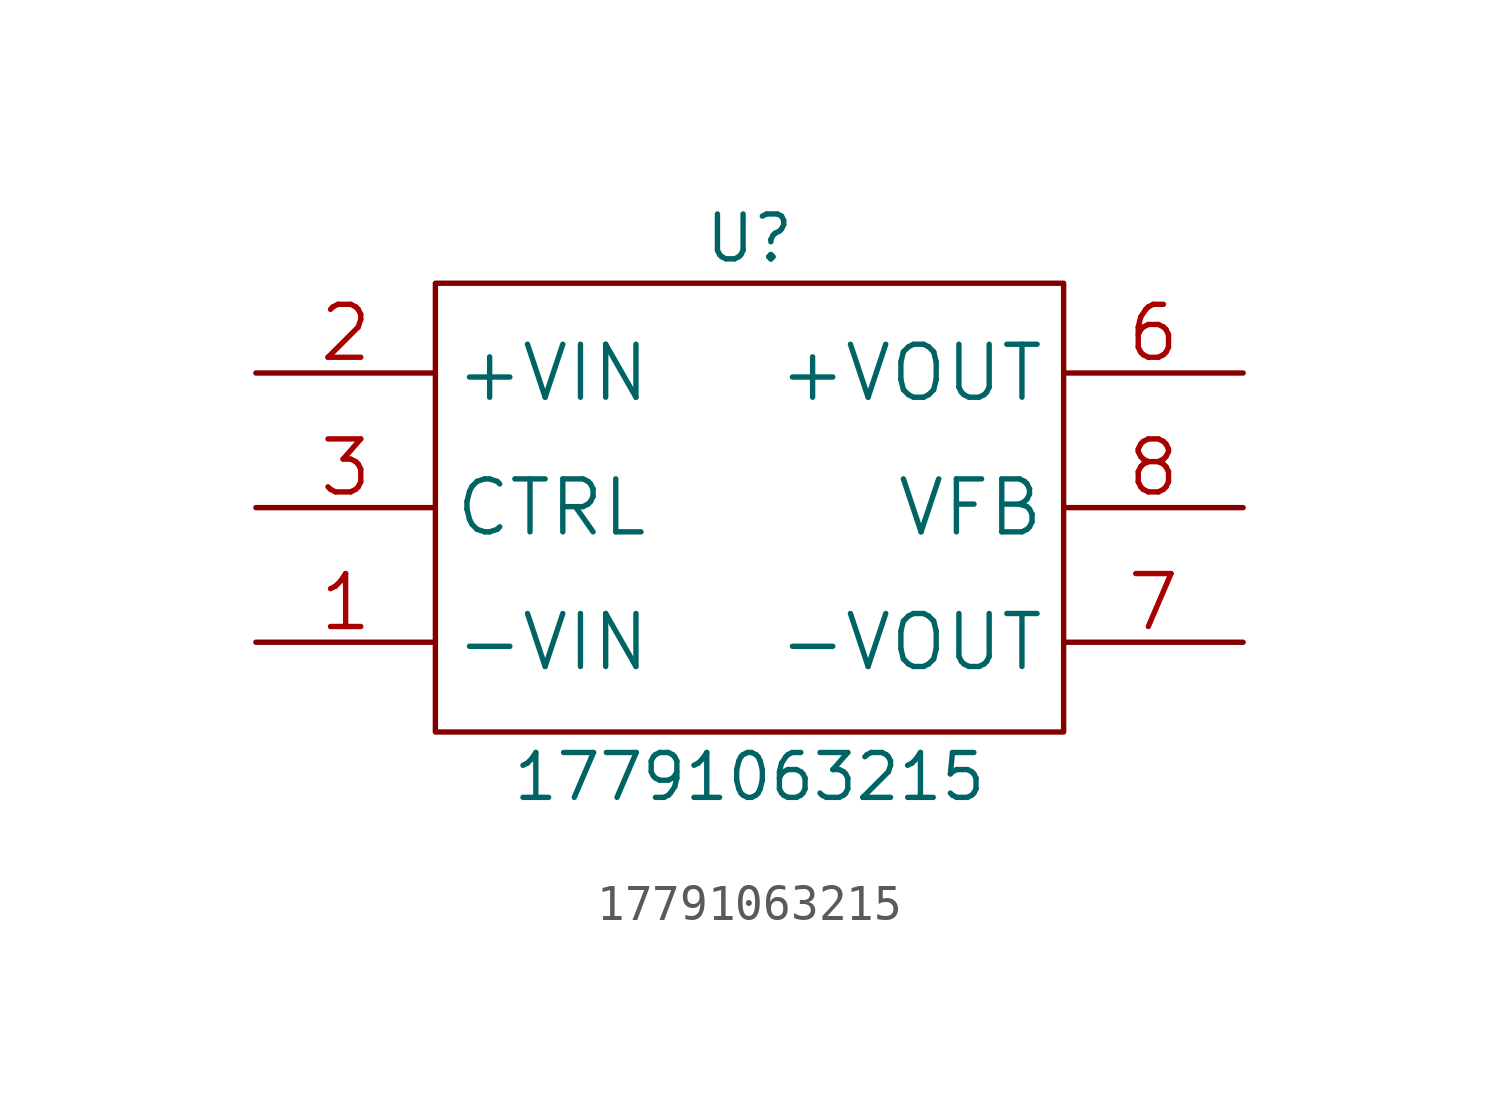
<source format=kicad_sym>
(kicad_symbol_lib
  (version 20211014)
  (generator kicad_symbol_editor)
  (symbol "17791063215"
    (property "Reference" "U"
      (at 0 7.62 0)
      (effects (font (size 1.27 1.27))))
    (property "Value" "17791063215"
      (at 0 -7.62 0)
      (effects (font (size 1.27 1.27))))
    (symbol "17791063215_0_1"
      (rectangle (start -8.89 6.35) (end 8.89 -6.35) (stroke (width 0) (type default) (color 0 0 0 0)) (fill (type none))))
    (symbol "17791063215_1_1"
      (pin power_in line (at -13.97 -3.81 0) (length 5.08) (name "-VIN" (effects (font (size 1.499 1.499)))) (number "1" (effects (font (size 1.499 1.499)))))
      (pin power_in line (at -13.97 3.81 0) (length 5.08) (name "+VIN" (effects (font (size 1.499 1.499)))) (number "2" (effects (font (size 1.499 1.499)))))
      (pin input line (at -13.97 0 0) (length 5.08) (name "CTRL" (effects (font (size 1.499 1.499)))) (number "3" (effects (font (size 1.499 1.499)))))
      (pin power_out line (at 13.97 3.81 180) (length 5.08) (name "+VOUT" (effects (font (size 1.499 1.499)))) (number "6" (effects (font (size 1.499 1.499)))))
      (pin power_out line (at 13.97 -3.81 180) (length 5.08) (name "-VOUT" (effects (font (size 1.499 1.499)))) (number "7" (effects (font (size 1.499 1.499)))))
      (pin passive line (at 13.97 0 180) (length 5.08) (name "VFB" (effects (font (size 1.499 1.499)))) (number "8" (effects (font (size 1.499 1.499))))))))
</source>
